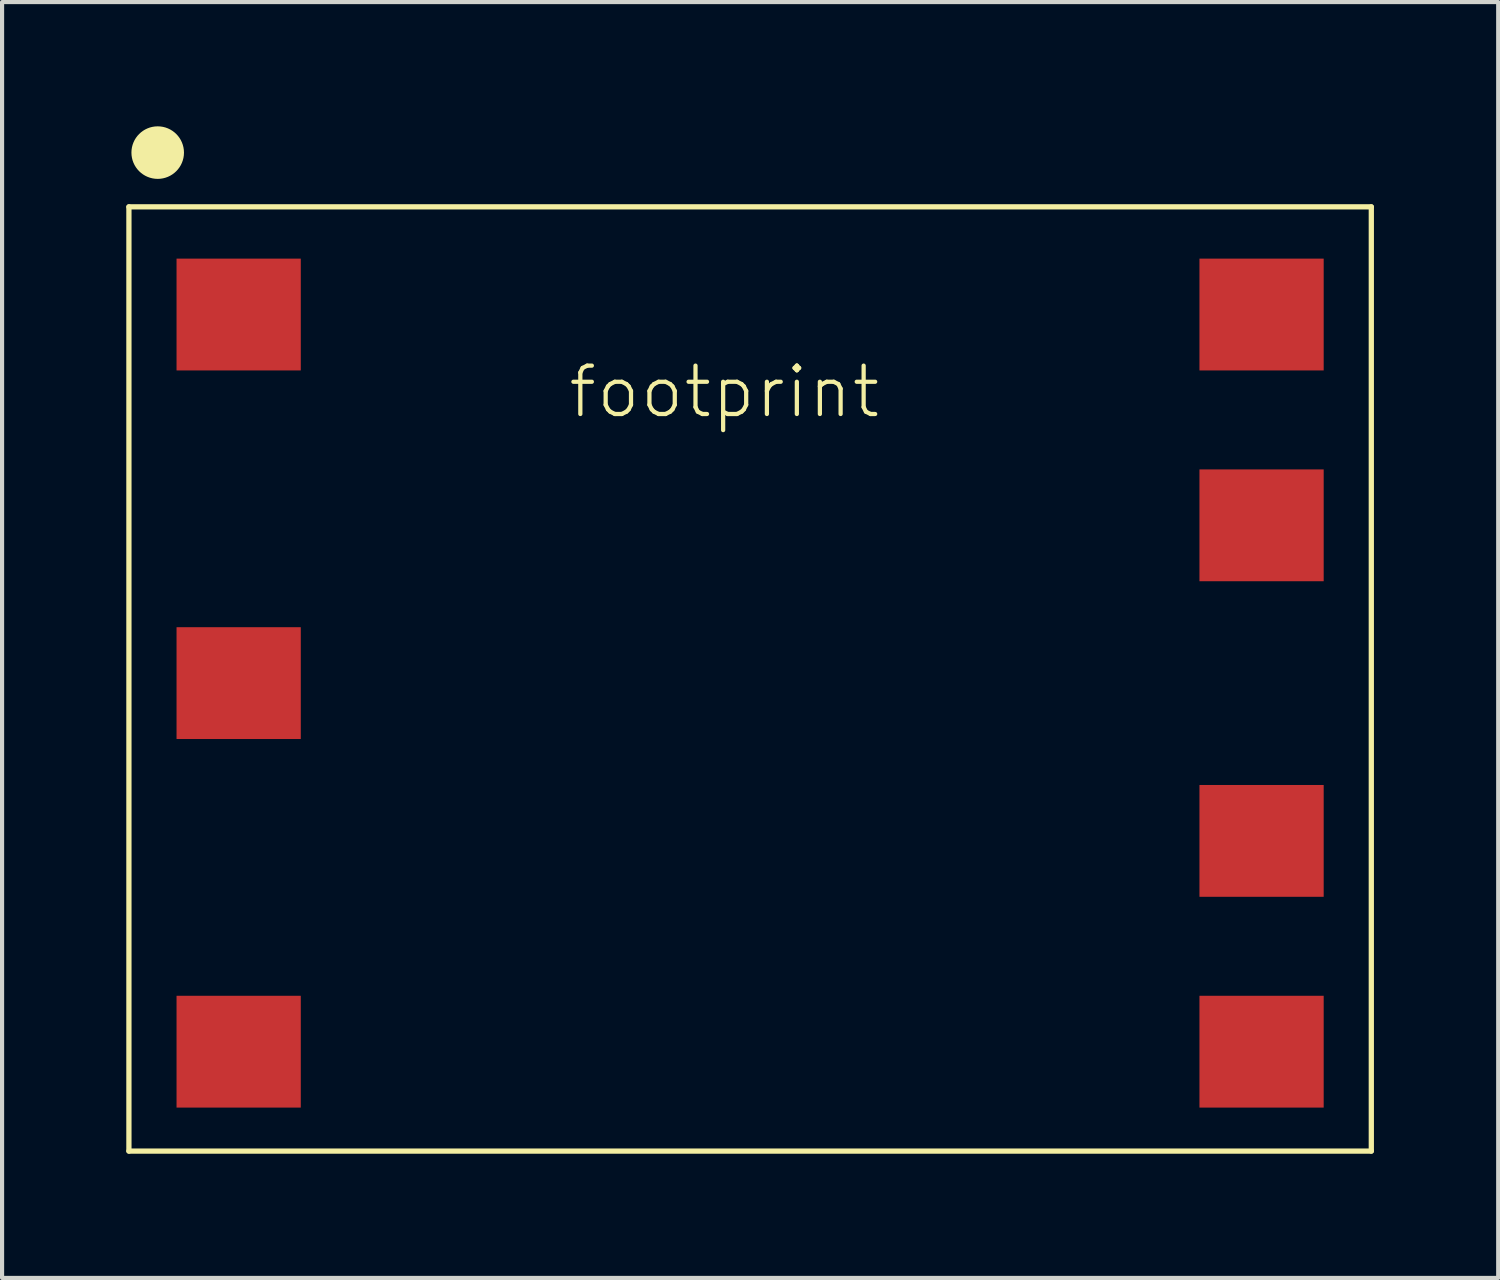
<source format=kicad_pcb>
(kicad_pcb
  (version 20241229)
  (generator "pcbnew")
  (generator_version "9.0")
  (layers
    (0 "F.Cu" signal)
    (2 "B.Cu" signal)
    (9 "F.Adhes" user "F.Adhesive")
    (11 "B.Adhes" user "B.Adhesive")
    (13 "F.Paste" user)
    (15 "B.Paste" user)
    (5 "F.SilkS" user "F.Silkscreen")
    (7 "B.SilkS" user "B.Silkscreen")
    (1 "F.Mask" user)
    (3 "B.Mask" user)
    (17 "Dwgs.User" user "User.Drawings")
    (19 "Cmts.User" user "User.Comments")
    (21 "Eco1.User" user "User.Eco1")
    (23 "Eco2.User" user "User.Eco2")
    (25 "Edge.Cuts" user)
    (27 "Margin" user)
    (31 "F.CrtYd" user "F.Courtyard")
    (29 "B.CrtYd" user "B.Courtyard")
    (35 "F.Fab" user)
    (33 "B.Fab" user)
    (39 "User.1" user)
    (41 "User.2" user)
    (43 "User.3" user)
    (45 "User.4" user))
  (footprint "footprint"
    (layer "F.Cu")
    (at 15.063 13.445)
    (property "Reference" "footprint" (at -4.445 -6.35 0) (layer "F.SilkS") (effects (font (size 1.168 1.168) (thickness 0.102)) (justify left bottom)))
    (fp_line (start -15 -11.5) (end 15 -11.5) (stroke (width 0.127) (type solid)) (layer "F.SilkS"))
    (fp_line (start -15 11.3) (end -15 -11.5) (stroke (width 0.127) (type solid)) (layer "F.SilkS"))
    (fp_line (start 15 -11.5) (end 15 11.3) (stroke (width 0.127) (type solid)) (layer "F.SilkS"))
    (fp_line (start 15 11.3) (end -15 11.3) (stroke (width 0.127) (type solid)) (layer "F.SilkS"))
    (fp_circle (center -14.305 -12.81) (end -13.988 -12.81) (stroke (width 0.635) (type solid)) (fill yes) (layer "F.SilkS"))
    (pad "1" smd rect (at -12.35 -8.9) (size 3 2.7) (layers "F.Cu" "F.Mask" "F.Paste"))
    (pad "2" smd rect (at -12.35 0) (size 3 2.7) (layers "F.Cu" "F.Mask" "F.Paste"))
    (pad "3" smd rect (at -12.35 8.9) (size 3 2.7) (layers "F.Cu" "F.Mask" "F.Paste"))
    (pad "4" smd rect (at 12.35 8.9 180) (size 3 2.7) (layers "F.Cu" "F.Mask" "F.Paste"))
    (pad "5" smd rect (at 12.35 3.81) (size 3 2.7) (layers "F.Cu" "F.Mask" "F.Paste"))
    (pad "6" smd rect (at 12.35 -3.81) (size 3 2.7) (layers "F.Cu" "F.Mask" "F.Paste"))
    (pad "7" smd rect (at 12.35 -8.9 180) (size 3 2.7) (layers "F.Cu" "F.Mask" "F.Paste")))
  (gr_rect
    (start -3 -3)
    (end 33.127 27.808)
    (stroke (width 0.1) (type default))
    (fill no)
    (layer "Edge.Cuts")))
</source>
